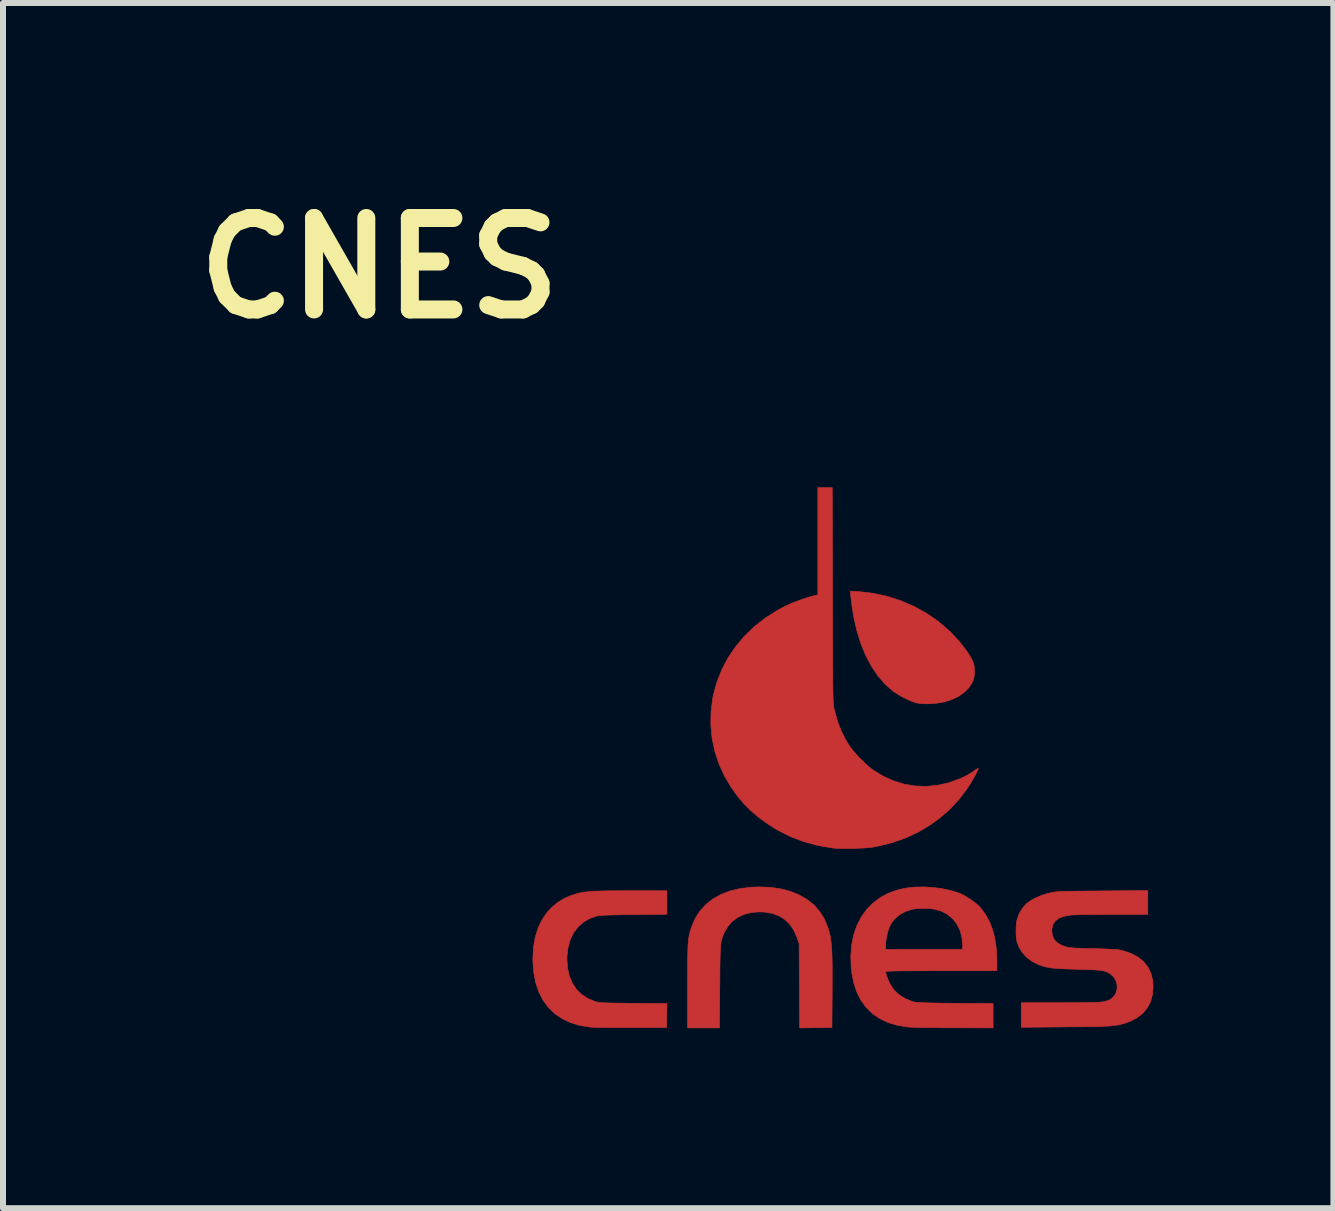
<source format=kicad_pcb>
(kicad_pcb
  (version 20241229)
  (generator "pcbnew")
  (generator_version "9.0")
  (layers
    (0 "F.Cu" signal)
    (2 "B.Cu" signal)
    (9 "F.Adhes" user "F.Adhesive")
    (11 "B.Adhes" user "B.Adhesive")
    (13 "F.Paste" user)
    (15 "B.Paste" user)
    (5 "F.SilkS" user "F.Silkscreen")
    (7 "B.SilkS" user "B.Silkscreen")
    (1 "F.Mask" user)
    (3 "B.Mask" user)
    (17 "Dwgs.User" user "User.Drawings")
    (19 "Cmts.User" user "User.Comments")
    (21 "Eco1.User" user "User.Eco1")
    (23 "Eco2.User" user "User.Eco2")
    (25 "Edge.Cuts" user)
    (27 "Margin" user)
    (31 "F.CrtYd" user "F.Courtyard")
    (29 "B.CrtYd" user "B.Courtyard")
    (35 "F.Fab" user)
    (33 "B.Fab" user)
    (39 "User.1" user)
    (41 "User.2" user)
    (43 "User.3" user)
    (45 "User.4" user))
  (footprint "CNES"
    (layer "F.Cu")
    (at 10.873 10.818)
    (property "Reference" "CNES" (at -7.6 -9.4 0) (layer "F.SilkS") (effects (font (size 1.524 1.524) (thickness 0.3))))
    (attr through_hole)
    (fp_poly (pts (xy 0.379 -4.009) (xy 0.622 -3.981) (xy 0.86 -3.93) (xy 1.091 -3.856) (xy 1.311 -3.761) (xy 1.52 -3.646) (xy 1.715 -3.511) (xy 1.895 -3.357) (xy 1.94 -3.312) (xy 2.021 -3.226) (xy 2.098 -3.136) (xy 2.168 -3.046) (xy 2.227 -2.961) (xy 2.27 -2.886) (xy 2.278 -2.87) (xy 2.299 -2.824) (xy 2.31 -2.785) (xy 2.316 -2.742) (xy 2.317 -2.685) (xy 2.317 -2.68) (xy 2.316 -2.619) (xy 2.31 -2.574) (xy 2.298 -2.534) (xy 2.283 -2.498) (xy 2.229 -2.411) (xy 2.153 -2.334) (xy 2.058 -2.266) (xy 1.945 -2.211) (xy 1.822 -2.171) (xy 1.741 -2.155) (xy 1.65 -2.144) (xy 1.555 -2.138) (xy 1.466 -2.139) (xy 1.388 -2.146) (xy 1.353 -2.153) (xy 1.28 -2.177) (xy 1.196 -2.213) (xy 1.109 -2.256) (xy 1.028 -2.304) (xy 0.965 -2.346) (xy 0.832 -2.464) (xy 0.711 -2.602) (xy 0.603 -2.761) (xy 0.508 -2.94) (xy 0.426 -3.138) (xy 0.359 -3.354) (xy 0.306 -3.588) (xy 0.274 -3.79) (xy 0.266 -3.853) (xy 0.26 -3.911) (xy 0.255 -3.955) (xy 0.254 -3.98) (xy 0.254 -4.017) (xy 0.379 -4.009)) (stroke (width 0.01) (type solid)) (fill yes) (layer "F.Cu"))
    (fp_poly (pts (xy -1.078 0.922) (xy -0.906 0.947) (xy -0.748 0.989) (xy -0.603 1.048) (xy -0.469 1.125) (xy -0.355 1.217) (xy -0.26 1.326) (xy -0.183 1.451) (xy -0.124 1.594) (xy -0.109 1.643) (xy -0.096 1.691) (xy -0.085 1.741) (xy -0.076 1.795) (xy -0.069 1.856) (xy -0.063 1.926) (xy -0.058 2.007) (xy -0.055 2.102) (xy -0.053 2.213) (xy -0.053 2.343) (xy -0.053 2.493) (xy -0.053 2.648) (xy -0.057 3.258) (xy -0.326 3.261) (xy -0.596 3.264) (xy -0.6 2.562) (xy -0.604 1.861) (xy -0.637 1.762) (xy -0.69 1.641) (xy -0.758 1.539) (xy -0.842 1.457) (xy -0.942 1.395) (xy -1.057 1.354) (xy -1.187 1.333) (xy -1.264 1.33) (xy -1.398 1.34) (xy -1.52 1.371) (xy -1.628 1.421) (xy -1.721 1.49) (xy -1.796 1.577) (xy -1.847 1.667) (xy -1.863 1.701) (xy -1.876 1.732) (xy -1.887 1.762) (xy -1.896 1.793) (xy -1.904 1.829) (xy -1.91 1.87) (xy -1.914 1.92) (xy -1.918 1.981) (xy -1.92 2.055) (xy -1.922 2.144) (xy -1.924 2.251) (xy -1.925 2.378) (xy -1.926 2.528) (xy -1.927 2.575) (xy -1.932 3.264) (xy -2.464 3.264) (xy -2.464 2.567) (xy -2.464 2.405) (xy -2.463 2.266) (xy -2.463 2.147) (xy -2.461 2.047) (xy -2.459 1.962) (xy -2.456 1.892) (xy -2.451 1.832) (xy -2.446 1.78) (xy -2.439 1.736) (xy -2.43 1.695) (xy -2.42 1.655) (xy -2.407 1.615) (xy -2.394 1.575) (xy -2.334 1.436) (xy -2.254 1.312) (xy -2.155 1.205) (xy -2.038 1.113) (xy -1.904 1.038) (xy -1.752 0.981) (xy -1.585 0.941) (xy -1.402 0.919) (xy -1.268 0.914) (xy -1.078 0.922)) (stroke (width 0.01) (type solid)) (fill yes) (layer "F.Cu"))
    (fp_poly (pts (xy -2.807 1.37) (xy -3.356 1.375) (xy -3.516 1.377) (xy -3.651 1.38) (xy -3.762 1.383) (xy -3.849 1.386) (xy -3.913 1.39) (xy -3.955 1.394) (xy -3.969 1.397) (xy -4.092 1.439) (xy -4.199 1.501) (xy -4.289 1.581) (xy -4.363 1.678) (xy -4.418 1.792) (xy -4.455 1.922) (xy -4.473 2.065) (xy -4.474 2.121) (xy -4.464 2.267) (xy -4.434 2.4) (xy -4.384 2.518) (xy -4.316 2.62) (xy -4.229 2.706) (xy -4.126 2.774) (xy -4.005 2.824) (xy -3.991 2.828) (xy -3.97 2.833) (xy -3.944 2.838) (xy -3.911 2.842) (xy -3.868 2.845) (xy -3.813 2.847) (xy -3.744 2.849) (xy -3.657 2.851) (xy -3.552 2.852) (xy -3.424 2.854) (xy -3.362 2.854) (xy -2.806 2.859) (xy -2.81 3.058) (xy -2.813 3.258) (xy -3.397 3.259) (xy -3.521 3.259) (xy -3.641 3.259) (xy -3.753 3.258) (xy -3.854 3.257) (xy -3.942 3.256) (xy -4.013 3.254) (xy -4.064 3.252) (xy -4.087 3.25) (xy -4.259 3.223) (xy -4.415 3.176) (xy -4.555 3.11) (xy -4.678 3.025) (xy -4.784 2.922) (xy -4.872 2.802) (xy -4.943 2.664) (xy -4.994 2.51) (xy -5.027 2.34) (xy -5.041 2.154) (xy -5.041 2.108) (xy -5.031 1.922) (xy -5.002 1.752) (xy -4.953 1.596) (xy -4.886 1.457) (xy -4.801 1.335) (xy -4.726 1.255) (xy -4.632 1.176) (xy -4.536 1.115) (xy -4.428 1.066) (xy -4.39 1.053) (xy -4.341 1.037) (xy -4.295 1.023) (xy -4.247 1.012) (xy -4.196 1.003) (xy -4.139 0.995) (xy -4.073 0.989) (xy -3.996 0.985) (xy -3.906 0.982) (xy -3.799 0.98) (xy -3.674 0.979) (xy -3.527 0.978) (xy -3.419 0.978) (xy -2.807 0.978) (xy -2.807 1.37)) (stroke (width 0.01) (type solid)) (fill yes) (layer "F.Cu"))
    (fp_poly (pts (xy -0.048 -3.947) (xy -0.047 -3.697) (xy -0.046 -3.473) (xy -0.046 -3.27) (xy -0.045 -3.09) (xy -0.045 -2.929) (xy -0.044 -2.787) (xy -0.043 -2.663) (xy -0.043 -2.555) (xy -0.042 -2.462) (xy -0.041 -2.382) (xy -0.04 -2.315) (xy -0.038 -2.258) (xy -0.037 -2.211) (xy -0.035 -2.173) (xy -0.033 -2.141) (xy -0.03 -2.115) (xy -0.028 -2.094) (xy -0.025 -2.075) (xy -0.022 -2.058) (xy -0.018 -2.042) (xy -0.016 -2.035) (xy 0.034 -1.852) (xy 0.097 -1.686) (xy 0.176 -1.531) (xy 0.237 -1.432) (xy 0.284 -1.37) (xy 0.345 -1.298) (xy 0.416 -1.223) (xy 0.49 -1.151) (xy 0.561 -1.087) (xy 0.624 -1.037) (xy 0.791 -0.934) (xy 0.966 -0.854) (xy 1.146 -0.799) (xy 1.329 -0.768) (xy 1.516 -0.761) (xy 1.703 -0.779) (xy 1.89 -0.821) (xy 2.075 -0.888) (xy 2.16 -0.928) (xy 2.215 -0.957) (xy 2.269 -0.99) (xy 2.313 -1.019) (xy 2.317 -1.022) (xy 2.349 -1.046) (xy 2.373 -1.061) (xy 2.382 -1.064) (xy 2.38 -1.049) (xy 2.367 -1.018) (xy 2.344 -0.974) (xy 2.316 -0.921) (xy 2.283 -0.863) (xy 2.249 -0.805) (xy 2.215 -0.752) (xy 2.197 -0.724) (xy 2.058 -0.542) (xy 1.905 -0.378) (xy 1.734 -0.23) (xy 1.582 -0.12) (xy 1.383 -0.001) (xy 1.174 0.097) (xy 0.952 0.175) (xy 0.716 0.234) (xy 0.641 0.248) (xy 0.579 0.257) (xy 0.498 0.264) (xy 0.403 0.269) (xy 0.303 0.273) (xy 0.202 0.274) (xy 0.107 0.274) (xy 0.025 0.271) (xy -0.038 0.266) (xy -0.289 0.224) (xy -0.529 0.159) (xy -0.758 0.071) (xy -0.974 -0.039) (xy -1.113 -0.126) (xy -1.27 -0.239) (xy -1.407 -0.355) (xy -1.53 -0.479) (xy -1.644 -0.616) (xy -1.734 -0.743) (xy -1.849 -0.937) (xy -1.941 -1.14) (xy -2.01 -1.351) (xy -2.055 -1.566) (xy -2.076 -1.786) (xy -2.072 -2.007) (xy -2.044 -2.229) (xy -2.032 -2.291) (xy -1.972 -2.507) (xy -1.889 -2.714) (xy -1.784 -2.911) (xy -1.658 -3.096) (xy -1.512 -3.269) (xy -1.347 -3.427) (xy -1.164 -3.57) (xy -0.965 -3.696) (xy -0.83 -3.767) (xy -0.758 -3.8) (xy -0.675 -3.834) (xy -0.588 -3.867) (xy -0.502 -3.897) (xy -0.423 -3.922) (xy -0.359 -3.939) (xy -0.34 -3.944) (xy -0.292 -3.953) (xy -0.292 -5.74) (xy -0.052 -5.74) (xy -0.048 -3.947)) (stroke (width 0.01) (type solid)) (fill yes) (layer "F.Cu"))
    (fp_poly (pts (xy 1.622 0.923) (xy 1.777 0.943) (xy 1.923 0.974) (xy 2.054 1.015) (xy 2.099 1.033) (xy 2.166 1.068) (xy 2.239 1.113) (xy 2.311 1.164) (xy 2.373 1.215) (xy 2.415 1.256) (xy 2.506 1.378) (xy 2.579 1.516) (xy 2.634 1.671) (xy 2.671 1.842) (xy 2.69 2.031) (xy 2.692 2.143) (xy 2.692 2.311) (xy 1.765 2.311) (xy 1.583 2.311) (xy 1.424 2.312) (xy 1.289 2.312) (xy 1.174 2.313) (xy 1.078 2.314) (xy 1.001 2.315) (xy 0.941 2.317) (xy 0.896 2.319) (xy 0.865 2.321) (xy 0.846 2.323) (xy 0.839 2.326) (xy 0.838 2.327) (xy 0.844 2.361) (xy 0.859 2.409) (xy 0.88 2.464) (xy 0.905 2.52) (xy 0.916 2.54) (xy 0.978 2.632) (xy 1.061 2.711) (xy 1.162 2.775) (xy 1.276 2.822) (xy 1.314 2.832) (xy 1.34 2.837) (xy 1.382 2.84) (xy 1.442 2.844) (xy 1.52 2.846) (xy 1.62 2.849) (xy 1.741 2.851) (xy 1.885 2.853) (xy 2.003 2.854) (xy 2.629 2.859) (xy 2.629 3.264) (xy 1.978 3.262) (xy 1.848 3.262) (xy 1.721 3.261) (xy 1.602 3.259) (xy 1.494 3.258) (xy 1.398 3.256) (xy 1.319 3.254) (xy 1.258 3.252) (xy 1.22 3.25) (xy 1.216 3.25) (xy 1.042 3.223) (xy 0.885 3.177) (xy 0.745 3.112) (xy 0.622 3.029) (xy 0.517 2.927) (xy 0.429 2.808) (xy 0.359 2.67) (xy 0.307 2.514) (xy 0.273 2.341) (xy 0.264 2.259) (xy 0.257 2.067) (xy 0.271 1.885) (xy 0.273 1.875) (xy 0.838 1.875) (xy 0.838 1.956) (xy 2.121 1.956) (xy 2.121 1.883) (xy 2.109 1.753) (xy 2.077 1.636) (xy 2.025 1.532) (xy 1.955 1.443) (xy 1.868 1.371) (xy 1.765 1.318) (xy 1.665 1.288) (xy 1.583 1.276) (xy 1.489 1.271) (xy 1.394 1.273) (xy 1.308 1.282) (xy 1.273 1.289) (xy 1.162 1.326) (xy 1.065 1.38) (xy 0.985 1.45) (xy 0.925 1.532) (xy 0.923 1.535) (xy 0.891 1.607) (xy 0.865 1.692) (xy 0.847 1.782) (xy 0.838 1.864) (xy 0.838 1.875) (xy 0.273 1.875) (xy 0.305 1.716) (xy 0.358 1.56) (xy 0.43 1.419) (xy 0.52 1.293) (xy 0.628 1.183) (xy 0.752 1.09) (xy 0.891 1.016) (xy 1.046 0.962) (xy 1.167 0.935) (xy 1.311 0.918) (xy 1.465 0.914) (xy 1.622 0.923)) (stroke (width 0.01) (type solid)) (fill yes) (layer "F.Cu"))
    (fp_poly (pts (xy 5.207 1.372) (xy 4.613 1.372) (xy 4.488 1.372) (xy 4.367 1.373) (xy 4.254 1.374) (xy 4.151 1.376) (xy 4.062 1.378) (xy 3.989 1.38) (xy 3.937 1.382) (xy 3.911 1.385) (xy 3.808 1.404) (xy 3.727 1.436) (xy 3.667 1.481) (xy 3.628 1.539) (xy 3.609 1.61) (xy 3.607 1.647) (xy 3.617 1.727) (xy 3.649 1.794) (xy 3.702 1.848) (xy 3.777 1.89) (xy 3.82 1.906) (xy 3.847 1.914) (xy 3.874 1.92) (xy 3.907 1.925) (xy 3.947 1.929) (xy 3.998 1.933) (xy 4.064 1.936) (xy 4.147 1.939) (xy 4.251 1.942) (xy 4.305 1.943) (xy 4.421 1.946) (xy 4.514 1.949) (xy 4.589 1.953) (xy 4.648 1.956) (xy 4.695 1.96) (xy 4.734 1.965) (xy 4.767 1.971) (xy 4.799 1.979) (xy 4.806 1.981) (xy 4.938 2.027) (xy 5.05 2.088) (xy 5.141 2.164) (xy 5.212 2.254) (xy 5.261 2.358) (xy 5.289 2.475) (xy 5.296 2.578) (xy 5.285 2.709) (xy 5.253 2.826) (xy 5.2 2.929) (xy 5.126 3.018) (xy 5.031 3.093) (xy 4.915 3.153) (xy 4.842 3.181) (xy 4.804 3.193) (xy 4.766 3.203) (xy 4.728 3.212) (xy 4.686 3.219) (xy 4.639 3.225) (xy 4.583 3.231) (xy 4.517 3.235) (xy 4.439 3.238) (xy 4.346 3.241) (xy 4.236 3.243) (xy 4.107 3.245) (xy 3.956 3.246) (xy 3.832 3.247) (xy 3.099 3.254) (xy 3.099 2.845) (xy 3.75 2.845) (xy 3.906 2.844) (xy 4.04 2.844) (xy 4.152 2.843) (xy 4.246 2.841) (xy 4.323 2.839) (xy 4.385 2.836) (xy 4.436 2.832) (xy 4.476 2.826) (xy 4.509 2.819) (xy 4.536 2.81) (xy 4.56 2.8) (xy 4.583 2.788) (xy 4.586 2.786) (xy 4.641 2.741) (xy 4.677 2.683) (xy 4.695 2.616) (xy 4.695 2.547) (xy 4.677 2.479) (xy 4.641 2.417) (xy 4.587 2.367) (xy 4.586 2.366) (xy 4.556 2.347) (xy 4.527 2.332) (xy 4.493 2.32) (xy 4.454 2.311) (xy 4.404 2.304) (xy 4.342 2.298) (xy 4.264 2.294) (xy 4.167 2.29) (xy 4.048 2.287) (xy 4.026 2.286) (xy 3.898 2.283) (xy 3.791 2.279) (xy 3.703 2.274) (xy 3.631 2.268) (xy 3.569 2.26) (xy 3.516 2.25) (xy 3.467 2.237) (xy 3.419 2.221) (xy 3.392 2.211) (xy 3.283 2.158) (xy 3.19 2.089) (xy 3.113 2.005) (xy 3.056 1.91) (xy 3.024 1.816) (xy 3.015 1.755) (xy 3.011 1.679) (xy 3.012 1.598) (xy 3.018 1.521) (xy 3.028 1.458) (xy 3.029 1.454) (xy 3.065 1.358) (xy 3.119 1.268) (xy 3.185 1.194) (xy 3.188 1.191) (xy 3.256 1.141) (xy 3.344 1.094) (xy 3.443 1.053) (xy 3.548 1.021) (xy 3.575 1.015) (xy 3.603 1.009) (xy 3.629 1.004) (xy 3.657 0.999) (xy 3.689 0.996) (xy 3.726 0.993) (xy 3.772 0.99) (xy 3.828 0.988) (xy 3.896 0.987) (xy 3.98 0.985) (xy 4.08 0.984) (xy 4.2 0.983) (xy 4.341 0.982) (xy 4.455 0.981) (xy 5.207 0.976) (xy 5.207 1.372)) (stroke (width 0.01) (type solid)) (fill yes) (layer "F.Cu"))
    (fp_poly (pts (xy 0.379 -4.009) (xy 0.622 -3.981) (xy 0.86 -3.93) (xy 1.091 -3.856) (xy 1.311 -3.761) (xy 1.52 -3.646) (xy 1.715 -3.511) (xy 1.895 -3.357) (xy 1.94 -3.312) (xy 2.021 -3.226) (xy 2.098 -3.136) (xy 2.168 -3.046) (xy 2.227 -2.961) (xy 2.27 -2.886) (xy 2.278 -2.87) (xy 2.299 -2.824) (xy 2.31 -2.785) (xy 2.316 -2.742) (xy 2.317 -2.685) (xy 2.317 -2.68) (xy 2.316 -2.619) (xy 2.31 -2.574) (xy 2.298 -2.534) (xy 2.283 -2.498) (xy 2.229 -2.411) (xy 2.153 -2.334) (xy 2.058 -2.266) (xy 1.945 -2.211) (xy 1.822 -2.171) (xy 1.741 -2.155) (xy 1.65 -2.144) (xy 1.555 -2.138) (xy 1.466 -2.139) (xy 1.388 -2.146) (xy 1.353 -2.153) (xy 1.28 -2.177) (xy 1.196 -2.213) (xy 1.109 -2.256) (xy 1.028 -2.304) (xy 0.965 -2.346) (xy 0.832 -2.464) (xy 0.711 -2.602) (xy 0.603 -2.761) (xy 0.508 -2.94) (xy 0.426 -3.138) (xy 0.359 -3.354) (xy 0.306 -3.588) (xy 0.274 -3.79) (xy 0.266 -3.853) (xy 0.26 -3.911) (xy 0.255 -3.955) (xy 0.254 -3.98) (xy 0.254 -4.017) (xy 0.379 -4.009)) (stroke (width 0.01) (type solid)) (fill yes) (layer "F.Mask"))
    (fp_poly (pts (xy -1.078 0.922) (xy -0.906 0.947) (xy -0.748 0.989) (xy -0.603 1.048) (xy -0.469 1.125) (xy -0.355 1.217) (xy -0.26 1.326) (xy -0.183 1.451) (xy -0.124 1.594) (xy -0.109 1.643) (xy -0.096 1.691) (xy -0.085 1.741) (xy -0.076 1.795) (xy -0.069 1.856) (xy -0.063 1.926) (xy -0.058 2.007) (xy -0.055 2.102) (xy -0.053 2.213) (xy -0.053 2.343) (xy -0.053 2.493) (xy -0.053 2.648) (xy -0.057 3.258) (xy -0.326 3.261) (xy -0.596 3.264) (xy -0.6 2.562) (xy -0.604 1.861) (xy -0.637 1.762) (xy -0.69 1.641) (xy -0.758 1.539) (xy -0.842 1.457) (xy -0.942 1.395) (xy -1.057 1.354) (xy -1.187 1.333) (xy -1.264 1.33) (xy -1.398 1.34) (xy -1.52 1.371) (xy -1.628 1.421) (xy -1.721 1.49) (xy -1.796 1.577) (xy -1.847 1.667) (xy -1.863 1.701) (xy -1.876 1.732) (xy -1.887 1.762) (xy -1.896 1.793) (xy -1.904 1.829) (xy -1.91 1.87) (xy -1.914 1.92) (xy -1.918 1.981) (xy -1.92 2.055) (xy -1.922 2.144) (xy -1.924 2.251) (xy -1.925 2.378) (xy -1.926 2.528) (xy -1.927 2.575) (xy -1.932 3.264) (xy -2.464 3.264) (xy -2.464 2.567) (xy -2.464 2.405) (xy -2.463 2.266) (xy -2.463 2.147) (xy -2.461 2.047) (xy -2.459 1.962) (xy -2.456 1.892) (xy -2.451 1.832) (xy -2.446 1.78) (xy -2.439 1.736) (xy -2.43 1.695) (xy -2.42 1.655) (xy -2.407 1.615) (xy -2.394 1.575) (xy -2.334 1.436) (xy -2.254 1.312) (xy -2.155 1.205) (xy -2.038 1.113) (xy -1.904 1.038) (xy -1.752 0.981) (xy -1.585 0.941) (xy -1.402 0.919) (xy -1.268 0.914) (xy -1.078 0.922)) (stroke (width 0.01) (type solid)) (fill yes) (layer "F.Mask"))
    (fp_poly (pts (xy -2.807 1.37) (xy -3.356 1.375) (xy -3.516 1.377) (xy -3.651 1.38) (xy -3.762 1.383) (xy -3.849 1.386) (xy -3.913 1.39) (xy -3.955 1.394) (xy -3.969 1.397) (xy -4.092 1.439) (xy -4.199 1.501) (xy -4.289 1.581) (xy -4.363 1.678) (xy -4.418 1.792) (xy -4.455 1.922) (xy -4.473 2.065) (xy -4.474 2.121) (xy -4.464 2.267) (xy -4.434 2.4) (xy -4.384 2.518) (xy -4.316 2.62) (xy -4.229 2.706) (xy -4.126 2.774) (xy -4.005 2.824) (xy -3.991 2.828) (xy -3.97 2.833) (xy -3.944 2.838) (xy -3.911 2.842) (xy -3.868 2.845) (xy -3.813 2.847) (xy -3.744 2.849) (xy -3.657 2.851) (xy -3.552 2.852) (xy -3.424 2.854) (xy -3.362 2.854) (xy -2.806 2.859) (xy -2.81 3.058) (xy -2.813 3.258) (xy -3.397 3.259) (xy -3.521 3.259) (xy -3.641 3.259) (xy -3.753 3.258) (xy -3.854 3.257) (xy -3.942 3.256) (xy -4.013 3.254) (xy -4.064 3.252) (xy -4.087 3.25) (xy -4.259 3.223) (xy -4.415 3.176) (xy -4.555 3.11) (xy -4.678 3.025) (xy -4.784 2.922) (xy -4.872 2.802) (xy -4.943 2.664) (xy -4.994 2.51) (xy -5.027 2.34) (xy -5.041 2.154) (xy -5.041 2.108) (xy -5.031 1.922) (xy -5.002 1.752) (xy -4.953 1.596) (xy -4.886 1.457) (xy -4.801 1.335) (xy -4.726 1.255) (xy -4.632 1.176) (xy -4.536 1.115) (xy -4.428 1.066) (xy -4.39 1.053) (xy -4.341 1.037) (xy -4.295 1.023) (xy -4.247 1.012) (xy -4.196 1.003) (xy -4.139 0.995) (xy -4.073 0.989) (xy -3.996 0.985) (xy -3.906 0.982) (xy -3.799 0.98) (xy -3.674 0.979) (xy -3.527 0.978) (xy -3.419 0.978) (xy -2.807 0.978) (xy -2.807 1.37)) (stroke (width 0.01) (type solid)) (fill yes) (layer "F.Mask"))
    (fp_poly (pts (xy -0.048 -3.947) (xy -0.047 -3.697) (xy -0.046 -3.473) (xy -0.046 -3.27) (xy -0.045 -3.09) (xy -0.045 -2.929) (xy -0.044 -2.787) (xy -0.043 -2.663) (xy -0.043 -2.555) (xy -0.042 -2.462) (xy -0.041 -2.382) (xy -0.04 -2.315) (xy -0.038 -2.258) (xy -0.037 -2.211) (xy -0.035 -2.173) (xy -0.033 -2.141) (xy -0.03 -2.115) (xy -0.028 -2.094) (xy -0.025 -2.075) (xy -0.022 -2.058) (xy -0.018 -2.042) (xy -0.016 -2.035) (xy 0.034 -1.852) (xy 0.097 -1.686) (xy 0.176 -1.531) (xy 0.237 -1.432) (xy 0.284 -1.37) (xy 0.345 -1.298) (xy 0.416 -1.223) (xy 0.49 -1.151) (xy 0.561 -1.087) (xy 0.624 -1.037) (xy 0.791 -0.934) (xy 0.966 -0.854) (xy 1.146 -0.799) (xy 1.329 -0.768) (xy 1.516 -0.761) (xy 1.703 -0.779) (xy 1.89 -0.821) (xy 2.075 -0.888) (xy 2.16 -0.928) (xy 2.215 -0.957) (xy 2.269 -0.99) (xy 2.313 -1.019) (xy 2.317 -1.022) (xy 2.349 -1.046) (xy 2.373 -1.061) (xy 2.382 -1.064) (xy 2.38 -1.049) (xy 2.367 -1.018) (xy 2.344 -0.974) (xy 2.316 -0.921) (xy 2.283 -0.863) (xy 2.249 -0.805) (xy 2.215 -0.752) (xy 2.197 -0.724) (xy 2.058 -0.542) (xy 1.905 -0.378) (xy 1.734 -0.23) (xy 1.582 -0.12) (xy 1.383 -0.001) (xy 1.174 0.097) (xy 0.952 0.175) (xy 0.716 0.234) (xy 0.641 0.248) (xy 0.579 0.257) (xy 0.498 0.264) (xy 0.403 0.269) (xy 0.303 0.273) (xy 0.202 0.274) (xy 0.107 0.274) (xy 0.025 0.271) (xy -0.038 0.266) (xy -0.289 0.224) (xy -0.529 0.159) (xy -0.758 0.071) (xy -0.974 -0.039) (xy -1.113 -0.126) (xy -1.27 -0.239) (xy -1.407 -0.355) (xy -1.53 -0.479) (xy -1.644 -0.616) (xy -1.734 -0.743) (xy -1.849 -0.937) (xy -1.941 -1.14) (xy -2.01 -1.351) (xy -2.055 -1.566) (xy -2.076 -1.786) (xy -2.072 -2.007) (xy -2.044 -2.229) (xy -2.032 -2.291) (xy -1.972 -2.507) (xy -1.889 -2.714) (xy -1.784 -2.911) (xy -1.658 -3.096) (xy -1.512 -3.269) (xy -1.347 -3.427) (xy -1.164 -3.57) (xy -0.965 -3.696) (xy -0.83 -3.767) (xy -0.758 -3.8) (xy -0.675 -3.834) (xy -0.588 -3.867) (xy -0.502 -3.897) (xy -0.423 -3.922) (xy -0.359 -3.939) (xy -0.34 -3.944) (xy -0.292 -3.953) (xy -0.292 -5.74) (xy -0.052 -5.74) (xy -0.048 -3.947)) (stroke (width 0.01) (type solid)) (fill yes) (layer "F.Mask"))
    (fp_poly (pts (xy 1.622 0.923) (xy 1.777 0.943) (xy 1.923 0.974) (xy 2.054 1.015) (xy 2.099 1.033) (xy 2.166 1.068) (xy 2.239 1.113) (xy 2.311 1.164) (xy 2.373 1.215) (xy 2.415 1.256) (xy 2.506 1.378) (xy 2.579 1.516) (xy 2.634 1.671) (xy 2.671 1.842) (xy 2.69 2.031) (xy 2.692 2.143) (xy 2.692 2.311) (xy 1.765 2.311) (xy 1.583 2.311) (xy 1.424 2.312) (xy 1.289 2.312) (xy 1.174 2.313) (xy 1.078 2.314) (xy 1.001 2.315) (xy 0.941 2.317) (xy 0.896 2.319) (xy 0.865 2.321) (xy 0.846 2.323) (xy 0.839 2.326) (xy 0.838 2.327) (xy 0.844 2.361) (xy 0.859 2.409) (xy 0.88 2.464) (xy 0.905 2.52) (xy 0.916 2.54) (xy 0.978 2.632) (xy 1.061 2.711) (xy 1.162 2.775) (xy 1.276 2.822) (xy 1.314 2.832) (xy 1.34 2.837) (xy 1.382 2.84) (xy 1.442 2.844) (xy 1.52 2.846) (xy 1.62 2.849) (xy 1.741 2.851) (xy 1.885 2.853) (xy 2.003 2.854) (xy 2.629 2.859) (xy 2.629 3.264) (xy 1.978 3.262) (xy 1.848 3.262) (xy 1.721 3.261) (xy 1.602 3.259) (xy 1.494 3.258) (xy 1.398 3.256) (xy 1.319 3.254) (xy 1.258 3.252) (xy 1.22 3.25) (xy 1.216 3.25) (xy 1.042 3.223) (xy 0.885 3.177) (xy 0.745 3.112) (xy 0.622 3.029) (xy 0.517 2.927) (xy 0.429 2.808) (xy 0.359 2.67) (xy 0.307 2.514) (xy 0.273 2.341) (xy 0.264 2.259) (xy 0.257 2.067) (xy 0.271 1.885) (xy 0.273 1.875) (xy 0.838 1.875) (xy 0.838 1.956) (xy 2.121 1.956) (xy 2.121 1.883) (xy 2.109 1.753) (xy 2.077 1.636) (xy 2.025 1.532) (xy 1.955 1.443) (xy 1.868 1.371) (xy 1.765 1.318) (xy 1.665 1.288) (xy 1.583 1.276) (xy 1.489 1.271) (xy 1.394 1.273) (xy 1.308 1.282) (xy 1.273 1.289) (xy 1.162 1.326) (xy 1.065 1.38) (xy 0.985 1.45) (xy 0.925 1.532) (xy 0.923 1.535) (xy 0.891 1.607) (xy 0.865 1.692) (xy 0.847 1.782) (xy 0.838 1.864) (xy 0.838 1.875) (xy 0.273 1.875) (xy 0.305 1.716) (xy 0.358 1.56) (xy 0.43 1.419) (xy 0.52 1.293) (xy 0.628 1.183) (xy 0.752 1.09) (xy 0.891 1.016) (xy 1.046 0.962) (xy 1.167 0.935) (xy 1.311 0.918) (xy 1.465 0.914) (xy 1.622 0.923)) (stroke (width 0.01) (type solid)) (fill yes) (layer "F.Mask"))
    (fp_poly (pts (xy 5.207 1.372) (xy 4.613 1.372) (xy 4.488 1.372) (xy 4.367 1.373) (xy 4.254 1.374) (xy 4.151 1.376) (xy 4.062 1.378) (xy 3.989 1.38) (xy 3.937 1.382) (xy 3.911 1.385) (xy 3.808 1.404) (xy 3.727 1.436) (xy 3.667 1.481) (xy 3.628 1.539) (xy 3.609 1.61) (xy 3.607 1.647) (xy 3.617 1.727) (xy 3.649 1.794) (xy 3.702 1.848) (xy 3.777 1.89) (xy 3.82 1.906) (xy 3.847 1.914) (xy 3.874 1.92) (xy 3.907 1.925) (xy 3.947 1.929) (xy 3.998 1.933) (xy 4.064 1.936) (xy 4.147 1.939) (xy 4.251 1.942) (xy 4.305 1.943) (xy 4.421 1.946) (xy 4.514 1.949) (xy 4.589 1.953) (xy 4.648 1.956) (xy 4.695 1.96) (xy 4.734 1.965) (xy 4.767 1.971) (xy 4.799 1.979) (xy 4.806 1.981) (xy 4.938 2.027) (xy 5.05 2.088) (xy 5.141 2.164) (xy 5.212 2.254) (xy 5.261 2.358) (xy 5.289 2.475) (xy 5.296 2.578) (xy 5.285 2.709) (xy 5.253 2.826) (xy 5.2 2.929) (xy 5.126 3.018) (xy 5.031 3.093) (xy 4.915 3.153) (xy 4.842 3.181) (xy 4.804 3.193) (xy 4.766 3.203) (xy 4.728 3.212) (xy 4.686 3.219) (xy 4.639 3.225) (xy 4.583 3.231) (xy 4.517 3.235) (xy 4.439 3.238) (xy 4.346 3.241) (xy 4.236 3.243) (xy 4.107 3.245) (xy 3.956 3.246) (xy 3.832 3.247) (xy 3.099 3.254) (xy 3.099 2.845) (xy 3.75 2.845) (xy 3.906 2.844) (xy 4.04 2.844) (xy 4.152 2.843) (xy 4.246 2.841) (xy 4.323 2.839) (xy 4.385 2.836) (xy 4.436 2.832) (xy 4.476 2.826) (xy 4.509 2.819) (xy 4.536 2.81) (xy 4.56 2.8) (xy 4.583 2.788) (xy 4.586 2.786) (xy 4.641 2.741) (xy 4.677 2.683) (xy 4.695 2.616) (xy 4.695 2.547) (xy 4.677 2.479) (xy 4.641 2.417) (xy 4.587 2.367) (xy 4.586 2.366) (xy 4.556 2.347) (xy 4.527 2.332) (xy 4.493 2.32) (xy 4.454 2.311) (xy 4.404 2.304) (xy 4.342 2.298) (xy 4.264 2.294) (xy 4.167 2.29) (xy 4.048 2.287) (xy 4.026 2.286) (xy 3.898 2.283) (xy 3.791 2.279) (xy 3.703 2.274) (xy 3.631 2.268) (xy 3.569 2.26) (xy 3.516 2.25) (xy 3.467 2.237) (xy 3.419 2.221) (xy 3.392 2.211) (xy 3.283 2.158) (xy 3.19 2.089) (xy 3.113 2.005) (xy 3.056 1.91) (xy 3.024 1.816) (xy 3.015 1.755) (xy 3.011 1.679) (xy 3.012 1.598) (xy 3.018 1.521) (xy 3.028 1.458) (xy 3.029 1.454) (xy 3.065 1.358) (xy 3.119 1.268) (xy 3.185 1.194) (xy 3.188 1.191) (xy 3.256 1.141) (xy 3.344 1.094) (xy 3.443 1.053) (xy 3.548 1.021) (xy 3.575 1.015) (xy 3.603 1.009) (xy 3.629 1.004) (xy 3.657 0.999) (xy 3.689 0.996) (xy 3.726 0.993) (xy 3.772 0.99) (xy 3.828 0.988) (xy 3.896 0.987) (xy 3.98 0.985) (xy 4.08 0.984) (xy 4.2 0.983) (xy 4.341 0.982) (xy 4.455 0.981) (xy 5.207 0.976) (xy 5.207 1.372)) (stroke (width 0.01) (type solid)) (fill yes) (layer "F.Mask")))
  (gr_rect
    (start -3 -3)
    (end 19.174 17.087)
    (stroke (width 0.1) (type default))
    (fill no)
    (layer "Edge.Cuts")))
</source>
